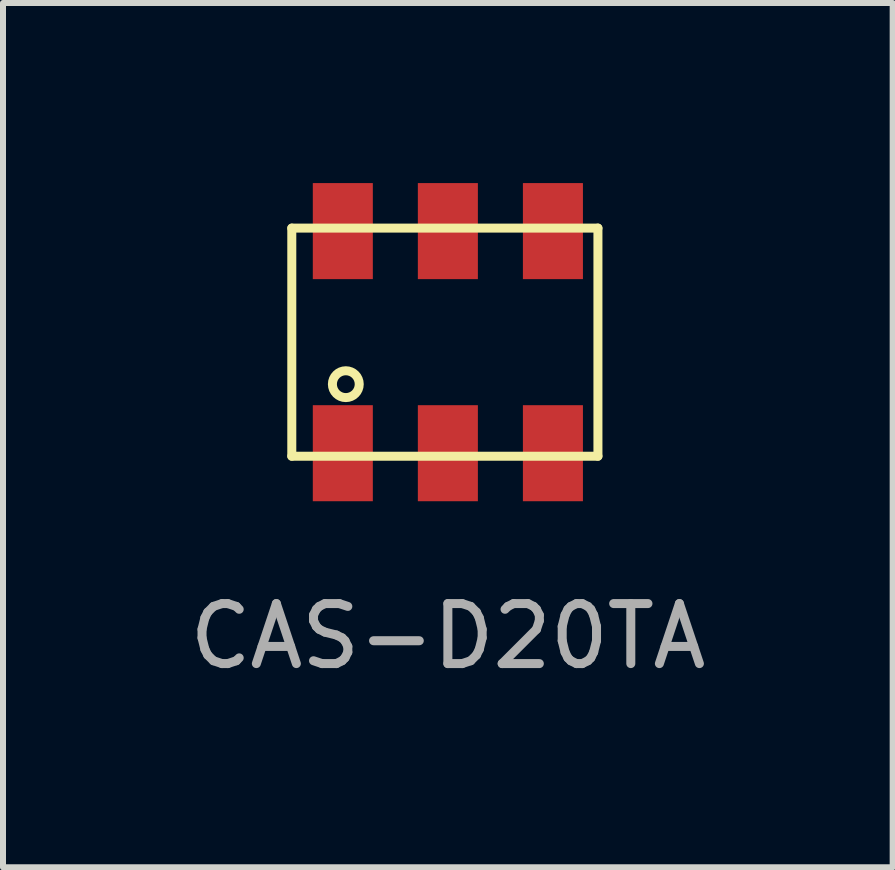
<source format=kicad_pcb>
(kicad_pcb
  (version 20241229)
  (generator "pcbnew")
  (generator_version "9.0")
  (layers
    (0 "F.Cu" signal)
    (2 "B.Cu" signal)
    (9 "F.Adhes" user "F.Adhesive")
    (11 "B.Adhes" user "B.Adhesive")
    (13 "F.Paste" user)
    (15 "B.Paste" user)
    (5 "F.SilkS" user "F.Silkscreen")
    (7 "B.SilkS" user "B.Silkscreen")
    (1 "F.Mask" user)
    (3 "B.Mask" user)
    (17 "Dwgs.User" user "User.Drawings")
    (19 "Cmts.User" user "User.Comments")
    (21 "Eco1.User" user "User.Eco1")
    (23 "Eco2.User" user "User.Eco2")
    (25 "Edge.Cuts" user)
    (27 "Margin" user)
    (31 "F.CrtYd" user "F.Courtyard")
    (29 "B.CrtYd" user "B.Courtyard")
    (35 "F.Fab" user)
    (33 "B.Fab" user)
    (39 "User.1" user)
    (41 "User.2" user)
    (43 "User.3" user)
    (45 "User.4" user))
  (footprint "CAS-D20TA"
    (layer "F.Cu")
    (at 4.411 2.65)
    (property "Reference" "CAS-D20TA" (at 0 4.9 0) (layer "F.Fab") (effects (font (size 1 1) (thickness 0.15))))
    (attr through_hole)
    (fp_line (start -2.6 -1.9) (end -2.6 1.9) (stroke (width 0.15) (type solid)) (layer "F.SilkS"))
    (fp_line (start -2.6 1.9) (end 2.5 1.9) (stroke (width 0.15) (type solid)) (layer "F.SilkS"))
    (fp_line (start 2.5 -1.9) (end -2.6 -1.9) (stroke (width 0.15) (type solid)) (layer "F.SilkS"))
    (fp_line (start 2.5 1.9) (end 2.5 -1.9) (stroke (width 0.15) (type solid)) (layer "F.SilkS"))
    (fp_circle (center -1.7 0.7) (end -1.5 0.8) (stroke (width 0.15) (type solid)) (fill no) (layer "F.SilkS"))
    (pad "1" smd rect (at -1.75 1.85) (size 1 1.6) (layers "F.Cu" "F.Mask" "F.Paste"))
    (pad "2" smd rect (at 0 1.85) (size 1 1.6) (layers "F.Cu" "F.Mask" "F.Paste"))
    (pad "3" smd rect (at 1.75 1.85) (size 1 1.6) (layers "F.Cu" "F.Mask" "F.Paste"))
    (pad "4" smd rect (at -1.75 -1.85) (size 1 1.6) (layers "F.Cu" "F.Mask" "F.Paste"))
    (pad "5" smd rect (at 0 -1.85) (size 1 1.6) (layers "F.Cu" "F.Mask" "F.Paste"))
    (pad "6" smd rect (at 1.75 -1.85) (size 1 1.6) (layers "F.Cu" "F.Mask" "F.Paste")))
  (gr_rect
    (start -3 -3)
    (end 11.821 11.398)
    (stroke (width 0.1) (type default))
    (fill no)
    (layer "Edge.Cuts")))
</source>
